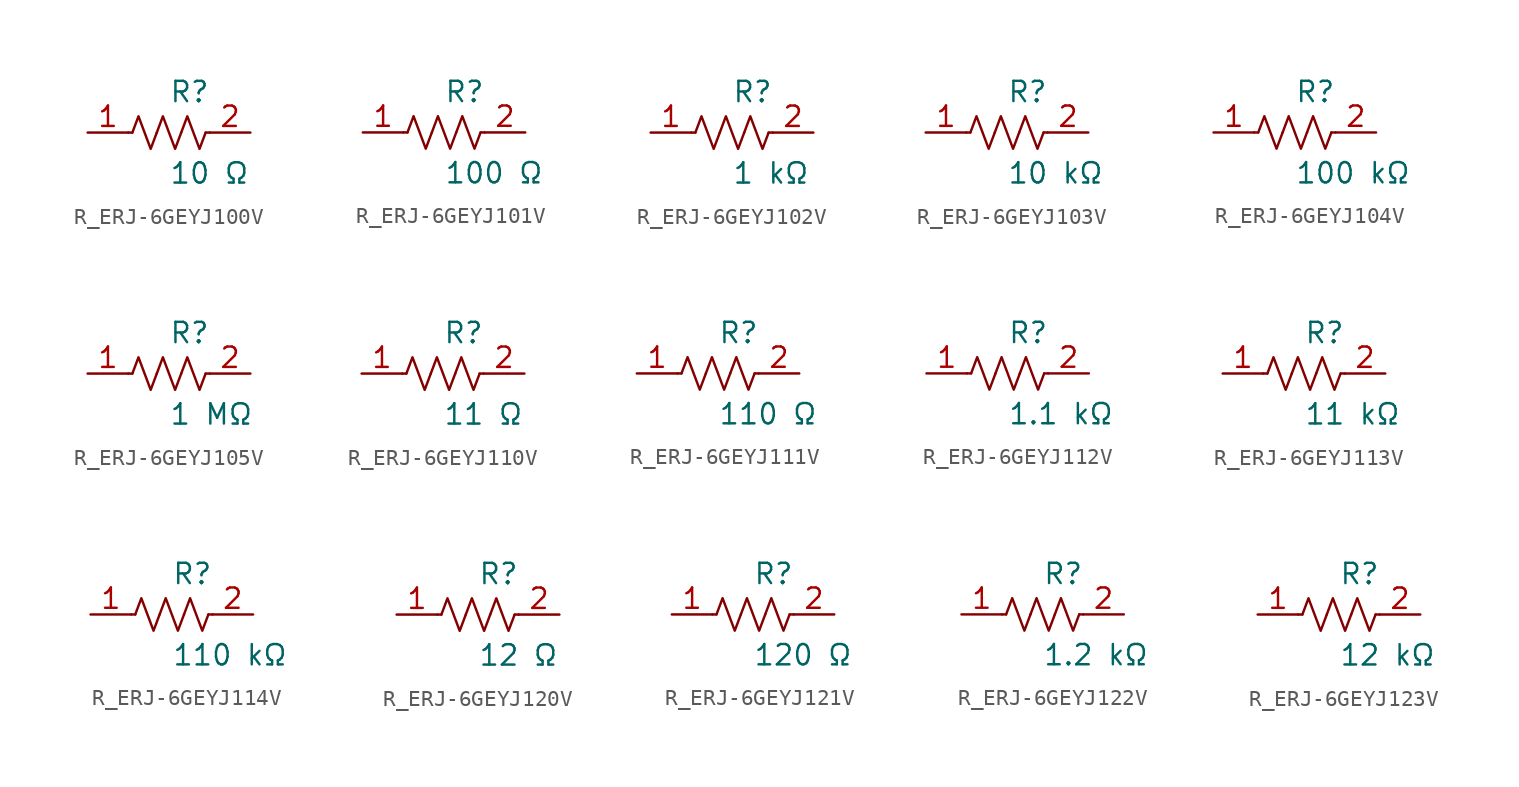
<source format=kicad_sym>
(kicad_symbol_lib
  (version 20231120)
  (generator kicad_symbol_editor)
  (generator_version 8.0)
  (symbol "R_ERJ-6GEYJ100V"
    (pin_names
      (offset 0.254))
    (property "Reference" "R"
      (at 0 2.54 0)
      (effects (font (size 1.27 1.27)) (justify left)))
    (property "Value" "10 Ω"
      (at 0 -2.54 0)
      (effects (font (size 1.27 1.27)) (justify left)))
    (symbol "R_ERJ-6GEYJ100V_0_1"
      (polyline (pts (xy 2.286 0) (xy 2.54 0)) (stroke (width 0) (type default)) (fill (type none)))
      (polyline (pts (xy -2.286 0) (xy -2.54 0)) (stroke (width 0) (type default)) (fill (type none)))
      (polyline (pts (xy 0.762 0) (xy 1.143 1.016) (xy 1.524 0) (xy 1.905 -1.016) (xy 2.286 0)) (stroke (width 0) (type default)) (fill (type none)))
      (polyline (pts (xy -0.762 0) (xy -0.381 1.016) (xy 0 0) (xy 0.381 -1.016) (xy 0.762 0)) (stroke (width 0) (type default)) (fill (type none)))
      (polyline (pts (xy -2.286 0) (xy -1.905 1.016) (xy -1.524 0) (xy -1.143 -1.016) (xy -0.762 0)) (stroke (width 0) (type default)) (fill (type none))))
    (pin passive line
      (at -5.08 0 0)
      (length 2.54)
      (name "" (effects (font (size 1.27 1.27))))
      (number "1" (effects (font (size 1.27 1.27)))))
    (pin passive line
      (at 5.08 0 180)
      (length 2.54)
      (name "" (effects (font (size 1.27 1.27))))
      (number "2" (effects (font (size 1.27 1.27))))))
  (symbol "R_ERJ-6GEYJ101V"
    (pin_names
      (offset 0.254))
    (property "Reference" "R"
      (at 0 2.54 0)
      (effects (font (size 1.27 1.27)) (justify left)))
    (property "Value" "100 Ω"
      (at 0 -2.54 0)
      (effects (font (size 1.27 1.27)) (justify left)))
    (symbol "R_ERJ-6GEYJ101V_0_1"
      (polyline (pts (xy 2.286 0) (xy 2.54 0)) (stroke (width 0) (type default)) (fill (type none)))
      (polyline (pts (xy -2.286 0) (xy -2.54 0)) (stroke (width 0) (type default)) (fill (type none)))
      (polyline (pts (xy 0.762 0) (xy 1.143 1.016) (xy 1.524 0) (xy 1.905 -1.016) (xy 2.286 0)) (stroke (width 0) (type default)) (fill (type none)))
      (polyline (pts (xy -0.762 0) (xy -0.381 1.016) (xy 0 0) (xy 0.381 -1.016) (xy 0.762 0)) (stroke (width 0) (type default)) (fill (type none)))
      (polyline (pts (xy -2.286 0) (xy -1.905 1.016) (xy -1.524 0) (xy -1.143 -1.016) (xy -0.762 0)) (stroke (width 0) (type default)) (fill (type none))))
    (pin passive line
      (at -5.08 0 0)
      (length 2.54)
      (name "" (effects (font (size 1.27 1.27))))
      (number "1" (effects (font (size 1.27 1.27)))))
    (pin passive line
      (at 5.08 0 180)
      (length 2.54)
      (name "" (effects (font (size 1.27 1.27))))
      (number "2" (effects (font (size 1.27 1.27))))))
  (symbol "R_ERJ-6GEYJ102V"
    (pin_names
      (offset 0.254))
    (property "Reference" "R"
      (at 0 2.54 0)
      (effects (font (size 1.27 1.27)) (justify left)))
    (property "Value" "1 kΩ"
      (at 0 -2.54 0)
      (effects (font (size 1.27 1.27)) (justify left)))
    (symbol "R_ERJ-6GEYJ102V_0_1"
      (polyline (pts (xy 2.286 0) (xy 2.54 0)) (stroke (width 0) (type default)) (fill (type none)))
      (polyline (pts (xy -2.286 0) (xy -2.54 0)) (stroke (width 0) (type default)) (fill (type none)))
      (polyline (pts (xy 0.762 0) (xy 1.143 1.016) (xy 1.524 0) (xy 1.905 -1.016) (xy 2.286 0)) (stroke (width 0) (type default)) (fill (type none)))
      (polyline (pts (xy -0.762 0) (xy -0.381 1.016) (xy 0 0) (xy 0.381 -1.016) (xy 0.762 0)) (stroke (width 0) (type default)) (fill (type none)))
      (polyline (pts (xy -2.286 0) (xy -1.905 1.016) (xy -1.524 0) (xy -1.143 -1.016) (xy -0.762 0)) (stroke (width 0) (type default)) (fill (type none))))
    (pin passive line
      (at -5.08 0 0)
      (length 2.54)
      (name "" (effects (font (size 1.27 1.27))))
      (number "1" (effects (font (size 1.27 1.27)))))
    (pin passive line
      (at 5.08 0 180)
      (length 2.54)
      (name "" (effects (font (size 1.27 1.27))))
      (number "2" (effects (font (size 1.27 1.27))))))
  (symbol "R_ERJ-6GEYJ103V"
    (pin_names
      (offset 0.254))
    (property "Reference" "R"
      (at 0 2.54 0)
      (effects (font (size 1.27 1.27)) (justify left)))
    (property "Value" "10 kΩ"
      (at 0 -2.54 0)
      (effects (font (size 1.27 1.27)) (justify left)))
    (symbol "R_ERJ-6GEYJ103V_0_1"
      (polyline (pts (xy 2.286 0) (xy 2.54 0)) (stroke (width 0) (type default)) (fill (type none)))
      (polyline (pts (xy -2.286 0) (xy -2.54 0)) (stroke (width 0) (type default)) (fill (type none)))
      (polyline (pts (xy 0.762 0) (xy 1.143 1.016) (xy 1.524 0) (xy 1.905 -1.016) (xy 2.286 0)) (stroke (width 0) (type default)) (fill (type none)))
      (polyline (pts (xy -0.762 0) (xy -0.381 1.016) (xy 0 0) (xy 0.381 -1.016) (xy 0.762 0)) (stroke (width 0) (type default)) (fill (type none)))
      (polyline (pts (xy -2.286 0) (xy -1.905 1.016) (xy -1.524 0) (xy -1.143 -1.016) (xy -0.762 0)) (stroke (width 0) (type default)) (fill (type none))))
    (pin passive line
      (at -5.08 0 0)
      (length 2.54)
      (name "" (effects (font (size 1.27 1.27))))
      (number "1" (effects (font (size 1.27 1.27)))))
    (pin passive line
      (at 5.08 0 180)
      (length 2.54)
      (name "" (effects (font (size 1.27 1.27))))
      (number "2" (effects (font (size 1.27 1.27))))))
  (symbol "R_ERJ-6GEYJ104V"
    (pin_names
      (offset 0.254))
    (property "Reference" "R"
      (at 0 2.54 0)
      (effects (font (size 1.27 1.27)) (justify left)))
    (property "Value" "100 kΩ"
      (at 0 -2.54 0)
      (effects (font (size 1.27 1.27)) (justify left)))
    (symbol "R_ERJ-6GEYJ104V_0_1"
      (polyline (pts (xy 2.286 0) (xy 2.54 0)) (stroke (width 0) (type default)) (fill (type none)))
      (polyline (pts (xy -2.286 0) (xy -2.54 0)) (stroke (width 0) (type default)) (fill (type none)))
      (polyline (pts (xy 0.762 0) (xy 1.143 1.016) (xy 1.524 0) (xy 1.905 -1.016) (xy 2.286 0)) (stroke (width 0) (type default)) (fill (type none)))
      (polyline (pts (xy -0.762 0) (xy -0.381 1.016) (xy 0 0) (xy 0.381 -1.016) (xy 0.762 0)) (stroke (width 0) (type default)) (fill (type none)))
      (polyline (pts (xy -2.286 0) (xy -1.905 1.016) (xy -1.524 0) (xy -1.143 -1.016) (xy -0.762 0)) (stroke (width 0) (type default)) (fill (type none))))
    (pin passive line
      (at -5.08 0 0)
      (length 2.54)
      (name "" (effects (font (size 1.27 1.27))))
      (number "1" (effects (font (size 1.27 1.27)))))
    (pin passive line
      (at 5.08 0 180)
      (length 2.54)
      (name "" (effects (font (size 1.27 1.27))))
      (number "2" (effects (font (size 1.27 1.27))))))
  (symbol "R_ERJ-6GEYJ105V"
    (pin_names
      (offset 0.254))
    (property "Reference" "R"
      (at 0 2.54 0)
      (effects (font (size 1.27 1.27)) (justify left)))
    (property "Value" "1 MΩ"
      (at 0 -2.54 0)
      (effects (font (size 1.27 1.27)) (justify left)))
    (symbol "R_ERJ-6GEYJ105V_0_1"
      (polyline (pts (xy 2.286 0) (xy 2.54 0)) (stroke (width 0) (type default)) (fill (type none)))
      (polyline (pts (xy -2.286 0) (xy -2.54 0)) (stroke (width 0) (type default)) (fill (type none)))
      (polyline (pts (xy 0.762 0) (xy 1.143 1.016) (xy 1.524 0) (xy 1.905 -1.016) (xy 2.286 0)) (stroke (width 0) (type default)) (fill (type none)))
      (polyline (pts (xy -0.762 0) (xy -0.381 1.016) (xy 0 0) (xy 0.381 -1.016) (xy 0.762 0)) (stroke (width 0) (type default)) (fill (type none)))
      (polyline (pts (xy -2.286 0) (xy -1.905 1.016) (xy -1.524 0) (xy -1.143 -1.016) (xy -0.762 0)) (stroke (width 0) (type default)) (fill (type none))))
    (pin passive line
      (at -5.08 0 0)
      (length 2.54)
      (name "" (effects (font (size 1.27 1.27))))
      (number "1" (effects (font (size 1.27 1.27)))))
    (pin passive line
      (at 5.08 0 180)
      (length 2.54)
      (name "" (effects (font (size 1.27 1.27))))
      (number "2" (effects (font (size 1.27 1.27))))))
  (symbol "R_ERJ-6GEYJ110V"
    (pin_names
      (offset 0.254))
    (property "Reference" "R"
      (at 0 2.54 0)
      (effects (font (size 1.27 1.27)) (justify left)))
    (property "Value" "11 Ω"
      (at 0 -2.54 0)
      (effects (font (size 1.27 1.27)) (justify left)))
    (symbol "R_ERJ-6GEYJ110V_0_1"
      (polyline (pts (xy 2.286 0) (xy 2.54 0)) (stroke (width 0) (type default)) (fill (type none)))
      (polyline (pts (xy -2.286 0) (xy -2.54 0)) (stroke (width 0) (type default)) (fill (type none)))
      (polyline (pts (xy 0.762 0) (xy 1.143 1.016) (xy 1.524 0) (xy 1.905 -1.016) (xy 2.286 0)) (stroke (width 0) (type default)) (fill (type none)))
      (polyline (pts (xy -0.762 0) (xy -0.381 1.016) (xy 0 0) (xy 0.381 -1.016) (xy 0.762 0)) (stroke (width 0) (type default)) (fill (type none)))
      (polyline (pts (xy -2.286 0) (xy -1.905 1.016) (xy -1.524 0) (xy -1.143 -1.016) (xy -0.762 0)) (stroke (width 0) (type default)) (fill (type none))))
    (pin passive line
      (at -5.08 0 0)
      (length 2.54)
      (name "" (effects (font (size 1.27 1.27))))
      (number "1" (effects (font (size 1.27 1.27)))))
    (pin passive line
      (at 5.08 0 180)
      (length 2.54)
      (name "" (effects (font (size 1.27 1.27))))
      (number "2" (effects (font (size 1.27 1.27))))))
  (symbol "R_ERJ-6GEYJ111V"
    (pin_names
      (offset 0.254))
    (property "Reference" "R"
      (at 0 2.54 0)
      (effects (font (size 1.27 1.27)) (justify left)))
    (property "Value" "110 Ω"
      (at 0 -2.54 0)
      (effects (font (size 1.27 1.27)) (justify left)))
    (symbol "R_ERJ-6GEYJ111V_0_1"
      (polyline (pts (xy 2.286 0) (xy 2.54 0)) (stroke (width 0) (type default)) (fill (type none)))
      (polyline (pts (xy -2.286 0) (xy -2.54 0)) (stroke (width 0) (type default)) (fill (type none)))
      (polyline (pts (xy 0.762 0) (xy 1.143 1.016) (xy 1.524 0) (xy 1.905 -1.016) (xy 2.286 0)) (stroke (width 0) (type default)) (fill (type none)))
      (polyline (pts (xy -0.762 0) (xy -0.381 1.016) (xy 0 0) (xy 0.381 -1.016) (xy 0.762 0)) (stroke (width 0) (type default)) (fill (type none)))
      (polyline (pts (xy -2.286 0) (xy -1.905 1.016) (xy -1.524 0) (xy -1.143 -1.016) (xy -0.762 0)) (stroke (width 0) (type default)) (fill (type none))))
    (pin passive line
      (at -5.08 0 0)
      (length 2.54)
      (name "" (effects (font (size 1.27 1.27))))
      (number "1" (effects (font (size 1.27 1.27)))))
    (pin passive line
      (at 5.08 0 180)
      (length 2.54)
      (name "" (effects (font (size 1.27 1.27))))
      (number "2" (effects (font (size 1.27 1.27))))))
  (symbol "R_ERJ-6GEYJ112V"
    (pin_names
      (offset 0.254))
    (property "Reference" "R"
      (at 0 2.54 0)
      (effects (font (size 1.27 1.27)) (justify left)))
    (property "Value" "1.1 kΩ"
      (at 0 -2.54 0)
      (effects (font (size 1.27 1.27)) (justify left)))
    (symbol "R_ERJ-6GEYJ112V_0_1"
      (polyline (pts (xy 2.286 0) (xy 2.54 0)) (stroke (width 0) (type default)) (fill (type none)))
      (polyline (pts (xy -2.286 0) (xy -2.54 0)) (stroke (width 0) (type default)) (fill (type none)))
      (polyline (pts (xy 0.762 0) (xy 1.143 1.016) (xy 1.524 0) (xy 1.905 -1.016) (xy 2.286 0)) (stroke (width 0) (type default)) (fill (type none)))
      (polyline (pts (xy -0.762 0) (xy -0.381 1.016) (xy 0 0) (xy 0.381 -1.016) (xy 0.762 0)) (stroke (width 0) (type default)) (fill (type none)))
      (polyline (pts (xy -2.286 0) (xy -1.905 1.016) (xy -1.524 0) (xy -1.143 -1.016) (xy -0.762 0)) (stroke (width 0) (type default)) (fill (type none))))
    (pin passive line
      (at -5.08 0 0)
      (length 2.54)
      (name "" (effects (font (size 1.27 1.27))))
      (number "1" (effects (font (size 1.27 1.27)))))
    (pin passive line
      (at 5.08 0 180)
      (length 2.54)
      (name "" (effects (font (size 1.27 1.27))))
      (number "2" (effects (font (size 1.27 1.27))))))
  (symbol "R_ERJ-6GEYJ113V"
    (pin_names
      (offset 0.254))
    (property "Reference" "R"
      (at 0 2.54 0)
      (effects (font (size 1.27 1.27)) (justify left)))
    (property "Value" "11 kΩ"
      (at 0 -2.54 0)
      (effects (font (size 1.27 1.27)) (justify left)))
    (symbol "R_ERJ-6GEYJ113V_0_1"
      (polyline (pts (xy 2.286 0) (xy 2.54 0)) (stroke (width 0) (type default)) (fill (type none)))
      (polyline (pts (xy -2.286 0) (xy -2.54 0)) (stroke (width 0) (type default)) (fill (type none)))
      (polyline (pts (xy 0.762 0) (xy 1.143 1.016) (xy 1.524 0) (xy 1.905 -1.016) (xy 2.286 0)) (stroke (width 0) (type default)) (fill (type none)))
      (polyline (pts (xy -0.762 0) (xy -0.381 1.016) (xy 0 0) (xy 0.381 -1.016) (xy 0.762 0)) (stroke (width 0) (type default)) (fill (type none)))
      (polyline (pts (xy -2.286 0) (xy -1.905 1.016) (xy -1.524 0) (xy -1.143 -1.016) (xy -0.762 0)) (stroke (width 0) (type default)) (fill (type none))))
    (pin passive line
      (at -5.08 0 0)
      (length 2.54)
      (name "" (effects (font (size 1.27 1.27))))
      (number "1" (effects (font (size 1.27 1.27)))))
    (pin passive line
      (at 5.08 0 180)
      (length 2.54)
      (name "" (effects (font (size 1.27 1.27))))
      (number "2" (effects (font (size 1.27 1.27))))))
  (symbol "R_ERJ-6GEYJ114V"
    (pin_names
      (offset 0.254))
    (property "Reference" "R"
      (at 0 2.54 0)
      (effects (font (size 1.27 1.27)) (justify left)))
    (property "Value" "110 kΩ"
      (at 0 -2.54 0)
      (effects (font (size 1.27 1.27)) (justify left)))
    (symbol "R_ERJ-6GEYJ114V_0_1"
      (polyline (pts (xy 2.286 0) (xy 2.54 0)) (stroke (width 0) (type default)) (fill (type none)))
      (polyline (pts (xy -2.286 0) (xy -2.54 0)) (stroke (width 0) (type default)) (fill (type none)))
      (polyline (pts (xy 0.762 0) (xy 1.143 1.016) (xy 1.524 0) (xy 1.905 -1.016) (xy 2.286 0)) (stroke (width 0) (type default)) (fill (type none)))
      (polyline (pts (xy -0.762 0) (xy -0.381 1.016) (xy 0 0) (xy 0.381 -1.016) (xy 0.762 0)) (stroke (width 0) (type default)) (fill (type none)))
      (polyline (pts (xy -2.286 0) (xy -1.905 1.016) (xy -1.524 0) (xy -1.143 -1.016) (xy -0.762 0)) (stroke (width 0) (type default)) (fill (type none))))
    (pin passive line
      (at -5.08 0 0)
      (length 2.54)
      (name "" (effects (font (size 1.27 1.27))))
      (number "1" (effects (font (size 1.27 1.27)))))
    (pin passive line
      (at 5.08 0 180)
      (length 2.54)
      (name "" (effects (font (size 1.27 1.27))))
      (number "2" (effects (font (size 1.27 1.27))))))
  (symbol "R_ERJ-6GEYJ120V"
    (pin_names
      (offset 0.254))
    (property "Reference" "R"
      (at 0 2.54 0)
      (effects (font (size 1.27 1.27)) (justify left)))
    (property "Value" "12 Ω"
      (at 0 -2.54 0)
      (effects (font (size 1.27 1.27)) (justify left)))
    (symbol "R_ERJ-6GEYJ120V_0_1"
      (polyline (pts (xy 2.286 0) (xy 2.54 0)) (stroke (width 0) (type default)) (fill (type none)))
      (polyline (pts (xy -2.286 0) (xy -2.54 0)) (stroke (width 0) (type default)) (fill (type none)))
      (polyline (pts (xy 0.762 0) (xy 1.143 1.016) (xy 1.524 0) (xy 1.905 -1.016) (xy 2.286 0)) (stroke (width 0) (type default)) (fill (type none)))
      (polyline (pts (xy -0.762 0) (xy -0.381 1.016) (xy 0 0) (xy 0.381 -1.016) (xy 0.762 0)) (stroke (width 0) (type default)) (fill (type none)))
      (polyline (pts (xy -2.286 0) (xy -1.905 1.016) (xy -1.524 0) (xy -1.143 -1.016) (xy -0.762 0)) (stroke (width 0) (type default)) (fill (type none))))
    (pin passive line
      (at -5.08 0 0)
      (length 2.54)
      (name "" (effects (font (size 1.27 1.27))))
      (number "1" (effects (font (size 1.27 1.27)))))
    (pin passive line
      (at 5.08 0 180)
      (length 2.54)
      (name "" (effects (font (size 1.27 1.27))))
      (number "2" (effects (font (size 1.27 1.27))))))
  (symbol "R_ERJ-6GEYJ121V"
    (pin_names
      (offset 0.254))
    (property "Reference" "R"
      (at 0 2.54 0)
      (effects (font (size 1.27 1.27)) (justify left)))
    (property "Value" "120 Ω"
      (at 0 -2.54 0)
      (effects (font (size 1.27 1.27)) (justify left)))
    (symbol "R_ERJ-6GEYJ121V_0_1"
      (polyline (pts (xy 2.286 0) (xy 2.54 0)) (stroke (width 0) (type default)) (fill (type none)))
      (polyline (pts (xy -2.286 0) (xy -2.54 0)) (stroke (width 0) (type default)) (fill (type none)))
      (polyline (pts (xy 0.762 0) (xy 1.143 1.016) (xy 1.524 0) (xy 1.905 -1.016) (xy 2.286 0)) (stroke (width 0) (type default)) (fill (type none)))
      (polyline (pts (xy -0.762 0) (xy -0.381 1.016) (xy 0 0) (xy 0.381 -1.016) (xy 0.762 0)) (stroke (width 0) (type default)) (fill (type none)))
      (polyline (pts (xy -2.286 0) (xy -1.905 1.016) (xy -1.524 0) (xy -1.143 -1.016) (xy -0.762 0)) (stroke (width 0) (type default)) (fill (type none))))
    (pin passive line
      (at -5.08 0 0)
      (length 2.54)
      (name "" (effects (font (size 1.27 1.27))))
      (number "1" (effects (font (size 1.27 1.27)))))
    (pin passive line
      (at 5.08 0 180)
      (length 2.54)
      (name "" (effects (font (size 1.27 1.27))))
      (number "2" (effects (font (size 1.27 1.27))))))
  (symbol "R_ERJ-6GEYJ122V"
    (pin_names
      (offset 0.254))
    (property "Reference" "R"
      (at 0 2.54 0)
      (effects (font (size 1.27 1.27)) (justify left)))
    (property "Value" "1.2 kΩ"
      (at 0 -2.54 0)
      (effects (font (size 1.27 1.27)) (justify left)))
    (symbol "R_ERJ-6GEYJ122V_0_1"
      (polyline (pts (xy 2.286 0) (xy 2.54 0)) (stroke (width 0) (type default)) (fill (type none)))
      (polyline (pts (xy -2.286 0) (xy -2.54 0)) (stroke (width 0) (type default)) (fill (type none)))
      (polyline (pts (xy 0.762 0) (xy 1.143 1.016) (xy 1.524 0) (xy 1.905 -1.016) (xy 2.286 0)) (stroke (width 0) (type default)) (fill (type none)))
      (polyline (pts (xy -0.762 0) (xy -0.381 1.016) (xy 0 0) (xy 0.381 -1.016) (xy 0.762 0)) (stroke (width 0) (type default)) (fill (type none)))
      (polyline (pts (xy -2.286 0) (xy -1.905 1.016) (xy -1.524 0) (xy -1.143 -1.016) (xy -0.762 0)) (stroke (width 0) (type default)) (fill (type none))))
    (pin passive line
      (at -5.08 0 0)
      (length 2.54)
      (name "" (effects (font (size 1.27 1.27))))
      (number "1" (effects (font (size 1.27 1.27)))))
    (pin passive line
      (at 5.08 0 180)
      (length 2.54)
      (name "" (effects (font (size 1.27 1.27))))
      (number "2" (effects (font (size 1.27 1.27))))))
  (symbol "R_ERJ-6GEYJ123V"
    (pin_names
      (offset 0.254))
    (property "Reference" "R"
      (at 0 2.54 0)
      (effects (font (size 1.27 1.27)) (justify left)))
    (property "Value" "12 kΩ"
      (at 0 -2.54 0)
      (effects (font (size 1.27 1.27)) (justify left)))
    (symbol "R_ERJ-6GEYJ123V_0_1"
      (polyline (pts (xy 2.286 0) (xy 2.54 0)) (stroke (width 0) (type default)) (fill (type none)))
      (polyline (pts (xy -2.286 0) (xy -2.54 0)) (stroke (width 0) (type default)) (fill (type none)))
      (polyline (pts (xy 0.762 0) (xy 1.143 1.016) (xy 1.524 0) (xy 1.905 -1.016) (xy 2.286 0)) (stroke (width 0) (type default)) (fill (type none)))
      (polyline (pts (xy -0.762 0) (xy -0.381 1.016) (xy 0 0) (xy 0.381 -1.016) (xy 0.762 0)) (stroke (width 0) (type default)) (fill (type none)))
      (polyline (pts (xy -2.286 0) (xy -1.905 1.016) (xy -1.524 0) (xy -1.143 -1.016) (xy -0.762 0)) (stroke (width 0) (type default)) (fill (type none))))
    (pin passive line
      (at -5.08 0 0)
      (length 2.54)
      (name "" (effects (font (size 1.27 1.27))))
      (number "1" (effects (font (size 1.27 1.27)))))
    (pin passive line
      (at 5.08 0 180)
      (length 2.54)
      (name "" (effects (font (size 1.27 1.27))))
      (number "2" (effects (font (size 1.27 1.27)))))))
</source>
